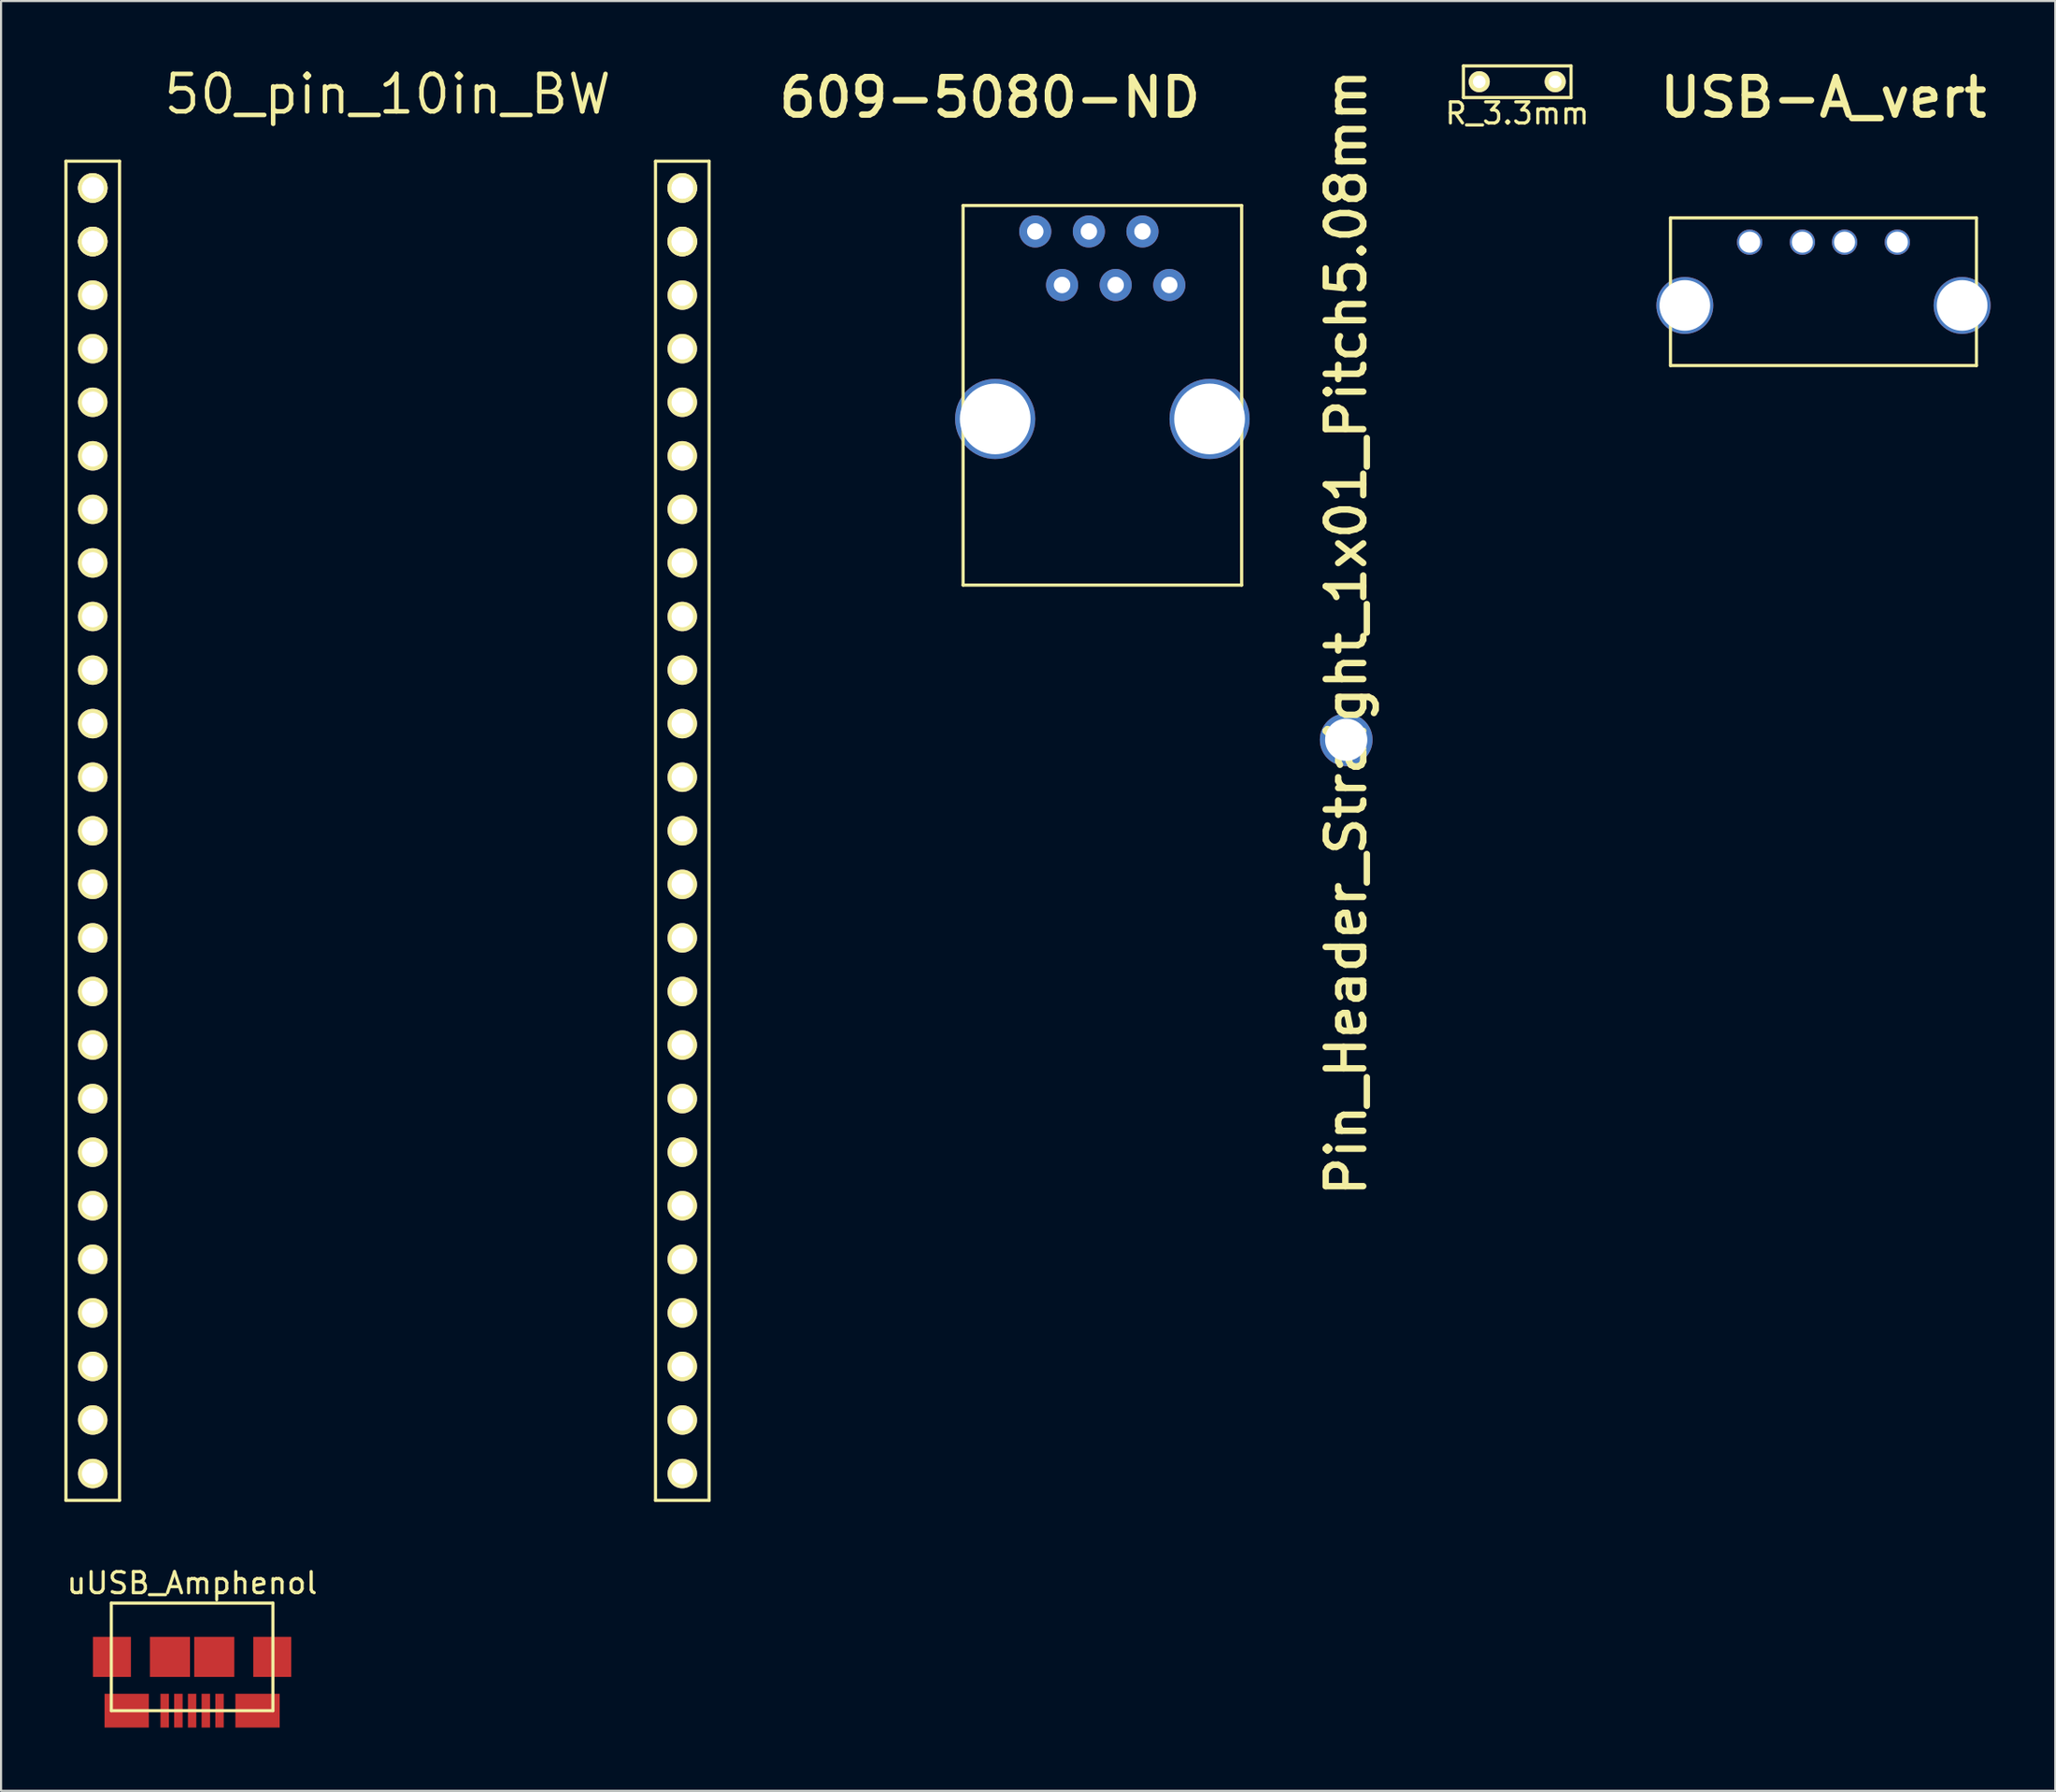
<source format=kicad_pcb>
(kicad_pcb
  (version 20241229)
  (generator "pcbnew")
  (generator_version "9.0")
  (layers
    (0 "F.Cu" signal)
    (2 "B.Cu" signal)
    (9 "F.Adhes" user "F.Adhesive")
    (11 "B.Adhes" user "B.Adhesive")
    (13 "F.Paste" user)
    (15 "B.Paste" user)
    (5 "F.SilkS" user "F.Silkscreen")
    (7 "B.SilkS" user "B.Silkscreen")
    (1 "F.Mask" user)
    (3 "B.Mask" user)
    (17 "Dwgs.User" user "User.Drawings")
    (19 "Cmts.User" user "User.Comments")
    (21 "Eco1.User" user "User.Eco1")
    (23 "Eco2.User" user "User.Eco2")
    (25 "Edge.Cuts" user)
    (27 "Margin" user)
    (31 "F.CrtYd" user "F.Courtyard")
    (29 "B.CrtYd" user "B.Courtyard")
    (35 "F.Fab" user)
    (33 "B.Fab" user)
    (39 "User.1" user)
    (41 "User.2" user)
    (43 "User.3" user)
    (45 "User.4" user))
  (footprint "uUSB_Amphenol"
    (layer "F.Cu")
    (at 6.054 75.517)
    (property "Reference" "uUSB_Amphenol" (at 0 -3.5 0) (layer "F.SilkS") (effects (font (size 1 1) (thickness 0.15))))
    (attr through_hole)
    (fp_line (start -3.83 -2.55) (end -3.83 2.55) (stroke (width 0.15) (type solid)) (layer "F.SilkS"))
    (fp_line (start -3.83 -2.55) (end 3.83 -2.55) (stroke (width 0.15) (type solid)) (layer "F.SilkS"))
    (fp_line (start -3.83 2.55) (end 3.83 2.55) (stroke (width 0.15) (type solid)) (layer "F.SilkS"))
    (fp_line (start 3.83 -2.55) (end 3.83 2.55) (stroke (width 0.15) (type solid)) (layer "F.SilkS"))
    (pad "1" smd rect (at -1.3 2.55) (size 0.4 1.6) (layers "F.Cu" "F.Mask" "F.Paste"))
    (pad "2" smd rect (at -0.65 2.55) (size 0.4 1.6) (layers "F.Cu" "F.Mask" "F.Paste"))
    (pad "3" smd rect (at 0 2.55) (size 0.4 1.6) (layers "F.Cu" "F.Mask" "F.Paste"))
    (pad "4" smd rect (at 0.65 2.55) (size 0.4 1.6) (layers "F.Cu" "F.Mask" "F.Paste"))
    (pad "5" smd rect (at 1.3 2.55) (size 0.4 1.6) (layers "F.Cu" "F.Mask" "F.Paste"))
    (pad "6" smd rect (at -3.8 0) (size 1.8 1.9) (layers "F.Cu" "F.Mask" "F.Paste"))
    (pad "6" smd rect (at -3.1 2.55) (size 2.1 1.6) (layers "F.Cu" "F.Mask" "F.Paste"))
    (pad "6" smd rect (at -1.05 0) (size 1.9 1.9) (layers "F.Cu" "F.Mask" "F.Paste"))
    (pad "6" smd rect (at 1.05 0) (size 1.9 1.9) (layers "F.Cu" "F.Mask" "F.Paste"))
    (pad "6" smd rect (at 3.1 2.55) (size 2.1 1.6) (layers "F.Cu" "F.Mask" "F.Paste"))
    (pad "6" smd rect (at 3.8 0) (size 1.8 1.9) (layers "F.Cu" "F.Mask" "F.Paste")))
  (footprint "50_pin_10in_BW"
    (layer "F.Cu")
    (at 15.315 36.344)
    (property "Reference" "50_pin_10in_BW" (at 0 -34.925 0) (layer "F.SilkS") (effects (font (size 1.778 1.778) (thickness 0.216))))
    (attr through_hole)
    (fp_line (start -15.24 -31.75) (end -15.24 31.75) (stroke (width 0.15) (type solid)) (layer "F.SilkS"))
    (fp_line (start -15.24 -31.75) (end -12.7 -31.75) (stroke (width 0.15) (type solid)) (layer "F.SilkS"))
    (fp_line (start -15.24 31.75) (end -12.7 31.75) (stroke (width 0.15) (type solid)) (layer "F.SilkS"))
    (fp_line (start -12.7 31.75) (end -12.7 -31.75) (stroke (width 0.15) (type solid)) (layer "F.SilkS"))
    (fp_line (start 12.7 -31.75) (end 12.7 31.75) (stroke (width 0.15) (type solid)) (layer "F.SilkS"))
    (fp_line (start 12.7 -31.75) (end 15.24 -31.75) (stroke (width 0.15) (type solid)) (layer "F.SilkS"))
    (fp_line (start 12.7 31.75) (end 15.24 31.75) (stroke (width 0.15) (type solid)) (layer "F.SilkS"))
    (fp_line (start 15.24 31.75) (end 15.24 -31.75) (stroke (width 0.15) (type solid)) (layer "F.SilkS"))
    (pad "1" thru_hole circle (at -13.97 -30.48 270) (size 1.397 1.397) (drill 1.02) (layers "*.Cu" "*.Mask" "F.SilkS"))
    (pad "1" thru_hole circle (at -13.97 -30.48 270) (size 1.397 1.397) (drill 1.02) (layers "*.Cu" "*.Mask" "F.SilkS"))
    (pad "2" thru_hole circle (at 13.97 -30.48 270) (size 1.397 1.397) (drill 1.02) (layers "*.Cu" "*.Mask" "F.SilkS"))
    (pad "2" thru_hole circle (at 13.97 -30.48 270) (size 1.397 1.397) (drill 1.02) (layers "*.Cu" "*.Mask" "F.SilkS"))
    (pad "3" thru_hole circle (at -13.97 -27.94 270) (size 1.397 1.397) (drill 1.02) (layers "*.Cu" "*.Mask" "F.SilkS"))
    (pad "3" thru_hole circle (at -13.97 -27.94 270) (size 1.397 1.397) (drill 1.02) (layers "*.Cu" "*.Mask" "F.SilkS"))
    (pad "4" thru_hole circle (at 13.97 -27.94 270) (size 1.397 1.397) (drill 1.02) (layers "*.Cu" "*.Mask" "F.SilkS"))
    (pad "4" thru_hole circle (at 13.97 -27.94 270) (size 1.397 1.397) (drill 1.02) (layers "*.Cu" "*.Mask" "F.SilkS"))
    (pad "5" thru_hole circle (at -13.97 -25.4 270) (size 1.397 1.397) (drill 1.02) (layers "*.Cu" "*.Mask" "F.SilkS"))
    (pad "6" thru_hole circle (at 13.97 -25.4 270) (size 1.397 1.397) (drill 1.02) (layers "*.Cu" "*.Mask" "F.SilkS"))
    (pad "7" thru_hole circle (at -13.97 -22.86 270) (size 1.397 1.397) (drill 1.02) (layers "*.Cu" "*.Mask" "F.SilkS"))
    (pad "8" thru_hole circle (at 13.97 -22.86 270) (size 1.397 1.397) (drill 1.02) (layers "*.Cu" "*.Mask" "F.SilkS"))
    (pad "9" thru_hole circle (at -13.97 -20.32 270) (size 1.397 1.397) (drill 1.02) (layers "*.Cu" "*.Mask" "F.SilkS"))
    (pad "10" thru_hole circle (at 13.97 -20.32 270) (size 1.397 1.397) (drill 1.02) (layers "*.Cu" "*.Mask" "F.SilkS"))
    (pad "11" thru_hole circle (at -13.97 -17.78 270) (size 1.397 1.397) (drill 1.02) (layers "*.Cu" "*.Mask" "F.SilkS"))
    (pad "12" thru_hole circle (at 13.97 -17.78 270) (size 1.397 1.397) (drill 1.02) (layers "*.Cu" "*.Mask" "F.SilkS"))
    (pad "13" thru_hole circle (at -13.97 -15.24 270) (size 1.397 1.397) (drill 1.02) (layers "*.Cu" "*.Mask" "F.SilkS"))
    (pad "14" thru_hole circle (at 13.97 -15.24 270) (size 1.397 1.397) (drill 1.02) (layers "*.Cu" "*.Mask" "F.SilkS"))
    (pad "15" thru_hole circle (at -13.97 -12.7 270) (size 1.397 1.397) (drill 1.02) (layers "*.Cu" "*.Mask" "F.SilkS"))
    (pad "16" thru_hole circle (at 13.97 -12.7 270) (size 1.397 1.397) (drill 1.02) (layers "*.Cu" "*.Mask" "F.SilkS"))
    (pad "17" thru_hole circle (at -13.97 -10.16 270) (size 1.397 1.397) (drill 1.02) (layers "*.Cu" "*.Mask" "F.SilkS"))
    (pad "18" thru_hole circle (at 13.97 -10.16 270) (size 1.397 1.397) (drill 1.02) (layers "*.Cu" "*.Mask" "F.SilkS"))
    (pad "19" thru_hole circle (at -13.97 -7.62 270) (size 1.397 1.397) (drill 1.02) (layers "*.Cu" "*.Mask" "F.SilkS"))
    (pad "20" thru_hole circle (at 13.97 -7.62 270) (size 1.397 1.397) (drill 1.02) (layers "*.Cu" "*.Mask" "F.SilkS"))
    (pad "21" thru_hole circle (at -13.97 -5.08 270) (size 1.397 1.397) (drill 1.02) (layers "*.Cu" "*.Mask" "F.SilkS"))
    (pad "22" thru_hole circle (at 13.97 -5.08 270) (size 1.397 1.397) (drill 1.02) (layers "*.Cu" "*.Mask" "F.SilkS"))
    (pad "23" thru_hole circle (at -13.97 -2.54 270) (size 1.397 1.397) (drill 1.02) (layers "*.Cu" "*.Mask" "F.SilkS"))
    (pad "24" thru_hole circle (at 13.97 -2.54 270) (size 1.397 1.397) (drill 1.02) (layers "*.Cu" "*.Mask" "F.SilkS"))
    (pad "25" thru_hole circle (at -13.97 0 270) (size 1.397 1.397) (drill 1.02) (layers "*.Cu" "*.Mask" "F.SilkS"))
    (pad "26" thru_hole circle (at 13.97 0 270) (size 1.397 1.397) (drill 1.02) (layers "*.Cu" "*.Mask" "F.SilkS"))
    (pad "27" thru_hole circle (at -13.97 2.54 270) (size 1.397 1.397) (drill 1.02) (layers "*.Cu" "*.Mask" "F.SilkS"))
    (pad "28" thru_hole circle (at 13.97 2.54 270) (size 1.397 1.397) (drill 1.02) (layers "*.Cu" "*.Mask" "F.SilkS"))
    (pad "29" thru_hole circle (at -13.97 5.08 270) (size 1.397 1.397) (drill 1.02) (layers "*.Cu" "*.Mask" "F.SilkS"))
    (pad "30" thru_hole circle (at 13.97 5.08 270) (size 1.397 1.397) (drill 1.02) (layers "*.Cu" "*.Mask" "F.SilkS"))
    (pad "31" thru_hole circle (at -13.97 7.62 270) (size 1.397 1.397) (drill 1.02) (layers "*.Cu" "*.Mask" "F.SilkS"))
    (pad "32" thru_hole circle (at 13.97 7.62 270) (size 1.397 1.397) (drill 1.02) (layers "*.Cu" "*.Mask" "F.SilkS"))
    (pad "33" thru_hole circle (at -13.97 10.16 270) (size 1.397 1.397) (drill 1.02) (layers "*.Cu" "*.Mask" "F.SilkS"))
    (pad "34" thru_hole circle (at 13.97 10.16 270) (size 1.397 1.397) (drill 1.02) (layers "*.Cu" "*.Mask" "F.SilkS"))
    (pad "35" thru_hole circle (at -13.97 12.7 270) (size 1.397 1.397) (drill 1.02) (layers "*.Cu" "*.Mask" "F.SilkS"))
    (pad "36" thru_hole circle (at 13.97 12.7 270) (size 1.397 1.397) (drill 1.02) (layers "*.Cu" "*.Mask" "F.SilkS"))
    (pad "37" thru_hole circle (at -13.97 15.24 270) (size 1.397 1.397) (drill 1.02) (layers "*.Cu" "*.Mask" "F.SilkS"))
    (pad "38" thru_hole circle (at 13.97 15.24 270) (size 1.397 1.397) (drill 1.02) (layers "*.Cu" "*.Mask" "F.SilkS"))
    (pad "39" thru_hole circle (at -13.97 17.78 270) (size 1.397 1.397) (drill 1.02) (layers "*.Cu" "*.Mask" "F.SilkS"))
    (pad "40" thru_hole circle (at 13.97 17.78 270) (size 1.397 1.397) (drill 1.02) (layers "*.Cu" "*.Mask" "F.SilkS"))
    (pad "41" thru_hole circle (at -13.97 20.32 270) (size 1.397 1.397) (drill 1.02) (layers "*.Cu" "*.Mask" "F.SilkS"))
    (pad "42" thru_hole circle (at 13.97 20.32 270) (size 1.397 1.397) (drill 1.02) (layers "*.Cu" "*.Mask" "F.SilkS"))
    (pad "43" thru_hole circle (at -13.97 22.86 270) (size 1.397 1.397) (drill 1.02) (layers "*.Cu" "*.Mask" "F.SilkS"))
    (pad "44" thru_hole circle (at 13.97 22.86 270) (size 1.397 1.397) (drill 1.02) (layers "*.Cu" "*.Mask" "F.SilkS"))
    (pad "45" thru_hole circle (at -13.97 25.4 270) (size 1.397 1.397) (drill 1.02) (layers "*.Cu" "*.Mask" "F.SilkS"))
    (pad "46" thru_hole circle (at 13.97 25.4 270) (size 1.397 1.397) (drill 1.02) (layers "*.Cu" "*.Mask" "F.SilkS"))
    (pad "47" thru_hole circle (at -13.97 27.94 270) (size 1.397 1.397) (drill 1.02) (layers "*.Cu" "*.Mask" "F.SilkS"))
    (pad "48" thru_hole circle (at 13.97 27.94 270) (size 1.397 1.397) (drill 1.02) (layers "*.Cu" "*.Mask" "F.SilkS"))
    (pad "49" thru_hole circle (at -13.97 30.48 270) (size 1.397 1.397) (drill 1.02) (layers "*.Cu" "*.Mask" "F.SilkS"))
    (pad "50" thru_hole circle (at 13.97 30.48 270) (size 1.397 1.397) (drill 1.02) (layers "*.Cu" "*.Mask" "F.SilkS")))
  (footprint "609-5080-ND"
    (layer "F.Cu")
    (at 49.192 16.815)
    (property "Reference" "609-5080-ND" (at -5.334 -15.24 0) (layer "F.SilkS") (effects (font (size 1.778 1.778) (thickness 0.305))))
    (attr through_hole)
    (fp_line (start -6.6 -10.12) (end -6.6 7.88) (stroke (width 0.15) (type solid)) (layer "F.SilkS"))
    (fp_line (start -6.6 -10.12) (end 6.6 -10.12) (stroke (width 0.15) (type solid)) (layer "F.SilkS"))
    (fp_line (start -6.6 7.88) (end 6.6 7.88) (stroke (width 0.15) (type solid)) (layer "F.SilkS"))
    (fp_line (start 6.6 -10.12) (end 6.6 7.88) (stroke (width 0.15) (type solid)) (layer "F.SilkS"))
    (pad "1" thru_hole circle (at -3.18 -8.89) (size 1.524 1.524) (drill 0.78) (layers "*.Cu" "*.Mask"))
    (pad "2" thru_hole circle (at -1.91 -6.35) (size 1.524 1.524) (drill 0.78) (layers "*.Cu" "*.Mask"))
    (pad "3" thru_hole circle (at -0.64 -8.89) (size 1.524 1.524) (drill 0.78) (layers "*.Cu" "*.Mask"))
    (pad "4" thru_hole circle (at 0.63 -6.35) (size 1.524 1.524) (drill 0.78) (layers "*.Cu" "*.Mask"))
    (pad "5" thru_hole circle (at 1.9 -8.89) (size 1.524 1.524) (drill 0.78) (layers "*.Cu" "*.Mask"))
    (pad "6" thru_hole circle (at 3.17 -6.35) (size 1.524 1.524) (drill 0.78) (layers "*.Cu" "*.Mask"))
    (pad "MECH" thru_hole circle (at -5.08 0) (size 3.8 3.8) (drill 3.35) (layers "*.Cu" "*.Mask"))
    (pad "MECH" thru_hole circle (at 5.08 0) (size 3.8 3.8) (drill 3.35) (layers "*.Cu" "*.Mask")))
  (footprint "R_3.3mm"
    (layer "F.Cu")
    (at 68.852 0.825)
    (property "Reference" "R_3.3mm" (at 0 1.5 0) (layer "F.SilkS") (effects (font (size 1 1) (thickness 0.15))))
    (attr through_hole)
    (fp_line (start -2.55 -0.75) (end -2.55 0.75) (stroke (width 0.15) (type solid)) (layer "F.SilkS"))
    (fp_line (start -2.55 0.75) (end 2.55 0.75) (stroke (width 0.15) (type solid)) (layer "F.SilkS"))
    (fp_line (start 2.55 -0.75) (end -2.55 -0.75) (stroke (width 0.15) (type solid)) (layer "F.SilkS"))
    (fp_line (start 2.55 0.75) (end 2.55 -0.75) (stroke (width 0.15) (type solid)) (layer "F.SilkS"))
    (pad "1" thru_hole circle (at -1.8 0) (size 1 1) (drill 0.6) (layers "*.Cu" "*.Mask" "F.SilkS"))
    (pad "2" thru_hole circle (at 1.8 0) (size 1 1) (drill 0.6) (layers "*.Cu" "*.Mask" "F.SilkS")))
  (footprint "USB-A_vert"
    (layer "F.Cu")
    (at 83.365 8.433)
    (property "Reference" "USB-A_vert" (at 0 -6.858 0) (layer "F.SilkS") (effects (font (size 1.778 1.778) (thickness 0.305))))
    (attr through_hole)
    (fp_line (start -7.25 -1.15) (end -7.25 5.85) (stroke (width 0.15) (type solid)) (layer "F.SilkS"))
    (fp_line (start -7.25 5.85) (end 7.25 5.85) (stroke (width 0.15) (type solid)) (layer "F.SilkS"))
    (fp_line (start 7.25 -1.15) (end -7.25 -1.15) (stroke (width 0.15) (type solid)) (layer "F.SilkS"))
    (fp_line (start 7.25 -1.15) (end 7.25 5.85) (stroke (width 0.15) (type solid)) (layer "F.SilkS"))
    (pad "1" thru_hole circle (at -3.5 0) (size 1.2 1.2) (drill 1) (layers "*.Cu" "*.Mask"))
    (pad "2" thru_hole circle (at -1 0) (size 1.2 1.2) (drill 1) (layers "*.Cu" "*.Mask"))
    (pad "3" thru_hole circle (at 1 0) (size 1.2 1.2) (drill 1) (layers "*.Cu" "*.Mask"))
    (pad "4" thru_hole circle (at 3.5 0) (size 1.2 1.2) (drill 1) (layers "*.Cu" "*.Mask"))
    (pad "MECH" thru_hole circle (at -6.57 3) (size 2.7 2.7) (drill 2.4) (layers "*.Cu" "*.Mask"))
    (pad "MECH" thru_hole circle (at 6.57 3) (size 2.7 2.7) (drill 2.4) (layers "*.Cu" "*.Mask")))
  (footprint "Pin_Header_Straight_1x01_Pitch5.08mm"
    (layer "F.Cu")
    (at 60.747 32.029)
    (property "Reference" "Pin_Header_Straight_1x01_Pitch5.08mm" (at 0 -5.08 90) (layer "F.SilkS") (effects (font (size 1.778 1.778) (thickness 0.305))))
    (attr through_hole)
    (pad "1" thru_hole circle (at 0 0) (size 2.5 2.5) (drill 2) (layers "*.Cu" "*.Mask")))
  (gr_rect
    (start -3 -3)
    (end 94.349 81.867)
    (stroke (width 0.1) (type default))
    (fill no)
    (layer "Edge.Cuts")))
</source>
